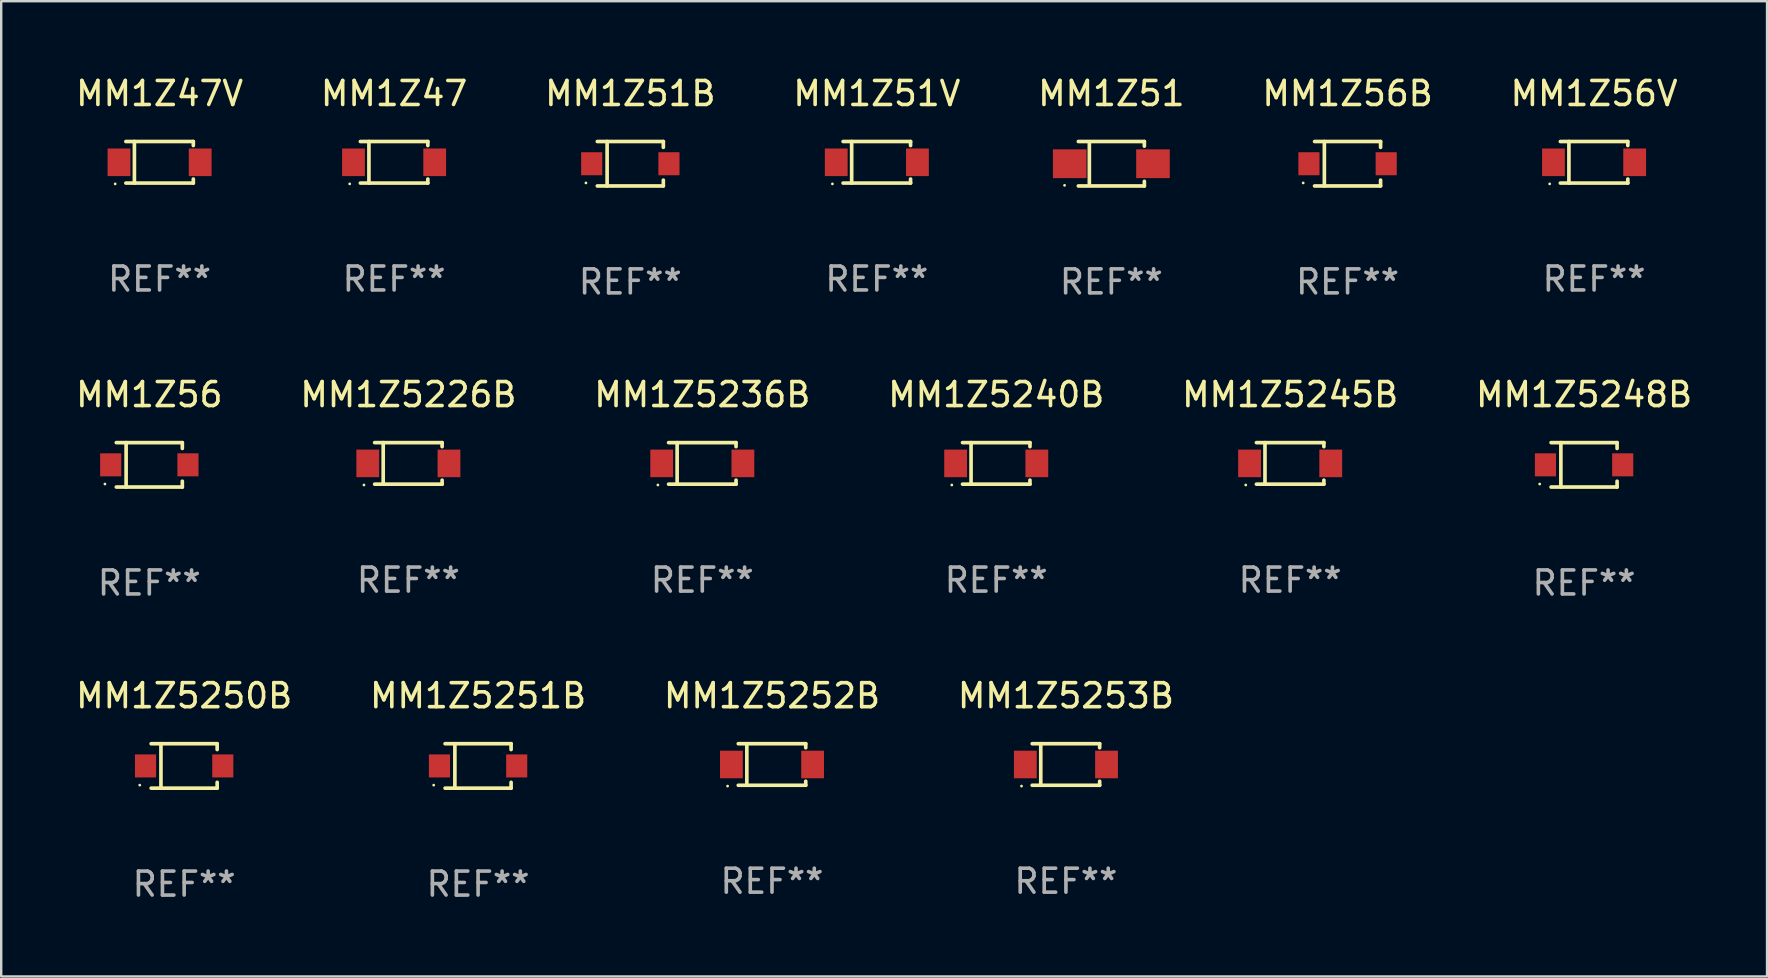
<source format=kicad_pcb>
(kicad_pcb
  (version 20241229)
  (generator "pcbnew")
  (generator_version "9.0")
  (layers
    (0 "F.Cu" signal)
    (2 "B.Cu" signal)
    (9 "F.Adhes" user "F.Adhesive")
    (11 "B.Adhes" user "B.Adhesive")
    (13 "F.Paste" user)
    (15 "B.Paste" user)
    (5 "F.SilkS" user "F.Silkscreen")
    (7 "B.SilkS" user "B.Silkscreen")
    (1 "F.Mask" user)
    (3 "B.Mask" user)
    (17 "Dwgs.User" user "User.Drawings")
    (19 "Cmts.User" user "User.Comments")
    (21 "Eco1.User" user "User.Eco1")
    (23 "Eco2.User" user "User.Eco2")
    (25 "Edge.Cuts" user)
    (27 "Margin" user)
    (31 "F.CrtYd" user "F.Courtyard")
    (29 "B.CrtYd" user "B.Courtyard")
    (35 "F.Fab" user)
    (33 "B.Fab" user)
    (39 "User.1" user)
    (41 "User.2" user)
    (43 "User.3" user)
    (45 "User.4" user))
  (footprint "MM1Z5248B"
    (layer "F.Cu")
    (at 62.97 16.323)
    (property "Reference" "MM1Z5248B" (at 0 -2.926 0) (layer "F.SilkS") (effects (font (size 1 1) (thickness 0.15))))
    (attr through_hole)
    (fp_line (start -1.376 -0.926) (end 1.376 -0.926) (stroke (width 0.152) (type solid)) (layer "F.SilkS"))
    (fp_line (start -1.376 0.926) (end 1.376 0.926) (stroke (width 0.152) (type solid)) (layer "F.SilkS"))
    (fp_line (start -0.967 -0.926) (end -0.967 0.926) (stroke (width 0.152) (type solid)) (layer "F.SilkS"))
    (fp_line (start 1.376 -0.926) (end 1.376 -0.683) (stroke (width 0.152) (type solid)) (layer "F.SilkS"))
    (fp_line (start 1.376 0.926) (end 1.376 0.683) (stroke (width 0.152) (type solid)) (layer "F.SilkS"))
    (fp_circle (center -1.85 0.8) (end -1.82 0.8) (stroke (width 0.06) (type solid)) (fill no) (layer "F.SilkS"))
    (fp_text user "REF**" (at 0 4.926 0) (layer "F.Fab") (effects (font (size 1 1) (thickness 0.15))))
    (pad "1" smd rect (at -1.61 0) (size 0.88 0.96) (layers "F.Cu" "F.Mask" "F.Paste"))
    (pad "2" smd rect (at 1.61 0) (size 0.88 0.96) (layers "F.Cu" "F.Mask" "F.Paste")))
  (footprint "MM1Z5240B"
    (layer "F.Cu")
    (at 38.47 16.263)
    (property "Reference" "MM1Z5240B" (at 0 -2.866 0) (layer "F.SilkS") (effects (font (size 1 1) (thickness 0.15))))
    (attr through_hole)
    (fp_line (start -1.406 -0.866) (end 1.406 -0.866) (stroke (width 0.152) (type solid)) (layer "F.SilkS"))
    (fp_line (start -1.406 0.866) (end 1.406 0.866) (stroke (width 0.152) (type solid)) (layer "F.SilkS"))
    (fp_line (start -1.049 -0.866) (end -1.049 0.866) (stroke (width 0.152) (type solid)) (layer "F.SilkS"))
    (fp_line (start 1.406 -0.866) (end 1.406 -0.698) (stroke (width 0.152) (type solid)) (layer "F.SilkS"))
    (fp_line (start 1.406 0.866) (end 1.406 0.698) (stroke (width 0.152) (type solid)) (layer "F.SilkS"))
    (fp_circle (center -1.851 0.9) (end -1.821 0.9) (stroke (width 0.06) (type solid)) (fill no) (layer "F.SilkS"))
    (fp_text user "REF**" (at 0 4.866 0) (layer "F.Fab") (effects (font (size 1 1) (thickness 0.15))))
    (pad "1" smd rect (at -1.692 0) (size 0.95 1.15) (layers "F.Cu" "F.Mask" "F.Paste"))
    (pad "2" smd rect (at 1.692 0) (size 0.95 1.15) (layers "F.Cu" "F.Mask" "F.Paste")))
  (footprint "MM1Z51V"
    (layer "F.Cu")
    (at 33.494 3.714)
    (property "Reference" "MM1Z51V" (at 0 -2.866 0) (layer "F.SilkS") (effects (font (size 1 1) (thickness 0.15))))
    (attr through_hole)
    (fp_line (start -1.406 -0.866) (end 1.406 -0.866) (stroke (width 0.152) (type solid)) (layer "F.SilkS"))
    (fp_line (start -1.406 0.866) (end 1.406 0.866) (stroke (width 0.152) (type solid)) (layer "F.SilkS"))
    (fp_line (start -1.049 -0.866) (end -1.049 0.866) (stroke (width 0.152) (type solid)) (layer "F.SilkS"))
    (fp_line (start 1.406 -0.866) (end 1.406 -0.698) (stroke (width 0.152) (type solid)) (layer "F.SilkS"))
    (fp_line (start 1.406 0.866) (end 1.406 0.698) (stroke (width 0.152) (type solid)) (layer "F.SilkS"))
    (fp_circle (center -1.851 0.9) (end -1.821 0.9) (stroke (width 0.06) (type solid)) (fill no) (layer "F.SilkS"))
    (fp_text user "REF**" (at 0 4.866 0) (layer "F.Fab") (effects (font (size 1 1) (thickness 0.15))))
    (pad "1" smd rect (at -1.692 0) (size 0.95 1.15) (layers "F.Cu" "F.Mask" "F.Paste"))
    (pad "2" smd rect (at 1.692 0) (size 0.95 1.15) (layers "F.Cu" "F.Mask" "F.Paste")))
  (footprint "MM1Z5226B"
    (layer "F.Cu")
    (at 13.97 16.263)
    (property "Reference" "MM1Z5226B" (at 0 -2.866 0) (layer "F.SilkS") (effects (font (size 1 1) (thickness 0.15))))
    (attr through_hole)
    (fp_line (start -1.406 -0.866) (end 1.406 -0.866) (stroke (width 0.152) (type solid)) (layer "F.SilkS"))
    (fp_line (start -1.406 0.866) (end 1.406 0.866) (stroke (width 0.152) (type solid)) (layer "F.SilkS"))
    (fp_line (start -1.049 -0.866) (end -1.049 0.866) (stroke (width 0.152) (type solid)) (layer "F.SilkS"))
    (fp_line (start 1.406 -0.866) (end 1.406 -0.698) (stroke (width 0.152) (type solid)) (layer "F.SilkS"))
    (fp_line (start 1.406 0.866) (end 1.406 0.698) (stroke (width 0.152) (type solid)) (layer "F.SilkS"))
    (fp_circle (center -1.851 0.9) (end -1.821 0.9) (stroke (width 0.06) (type solid)) (fill no) (layer "F.SilkS"))
    (fp_text user "REF**" (at 0 4.866 0) (layer "F.Fab") (effects (font (size 1 1) (thickness 0.15))))
    (pad "1" smd rect (at -1.692 0) (size 0.95 1.15) (layers "F.Cu" "F.Mask" "F.Paste"))
    (pad "2" smd rect (at 1.692 0) (size 0.95 1.15) (layers "F.Cu" "F.Mask" "F.Paste")))
  (footprint "MM1Z47"
    (layer "F.Cu")
    (at 13.375 3.714)
    (property "Reference" "MM1Z47" (at 0 -2.866 0) (layer "F.SilkS") (effects (font (size 1 1) (thickness 0.15))))
    (attr through_hole)
    (fp_line (start -1.406 -0.866) (end 1.406 -0.866) (stroke (width 0.152) (type solid)) (layer "F.SilkS"))
    (fp_line (start -1.406 0.866) (end 1.406 0.866) (stroke (width 0.152) (type solid)) (layer "F.SilkS"))
    (fp_line (start -1.049 -0.866) (end -1.049 0.866) (stroke (width 0.152) (type solid)) (layer "F.SilkS"))
    (fp_line (start 1.406 -0.866) (end 1.406 -0.698) (stroke (width 0.152) (type solid)) (layer "F.SilkS"))
    (fp_line (start 1.406 0.866) (end 1.406 0.698) (stroke (width 0.152) (type solid)) (layer "F.SilkS"))
    (fp_circle (center -1.851 0.9) (end -1.821 0.9) (stroke (width 0.06) (type solid)) (fill no) (layer "F.SilkS"))
    (fp_text user "REF**" (at 0 4.866 0) (layer "F.Fab") (effects (font (size 1 1) (thickness 0.15))))
    (pad "1" smd rect (at -1.692 0) (size 0.95 1.15) (layers "F.Cu" "F.Mask" "F.Paste"))
    (pad "2" smd rect (at 1.692 0) (size 0.95 1.15) (layers "F.Cu" "F.Mask" "F.Paste")))
  (footprint "MM1Z5253B"
    (layer "F.Cu")
    (at 41.375 28.812)
    (property "Reference" "MM1Z5253B" (at 0 -2.866 0) (layer "F.SilkS") (effects (font (size 1 1) (thickness 0.15))))
    (attr through_hole)
    (fp_line (start -1.406 -0.866) (end 1.406 -0.866) (stroke (width 0.152) (type solid)) (layer "F.SilkS"))
    (fp_line (start -1.406 0.866) (end 1.406 0.866) (stroke (width 0.152) (type solid)) (layer "F.SilkS"))
    (fp_line (start -1.049 -0.866) (end -1.049 0.866) (stroke (width 0.152) (type solid)) (layer "F.SilkS"))
    (fp_line (start 1.406 -0.866) (end 1.406 -0.698) (stroke (width 0.152) (type solid)) (layer "F.SilkS"))
    (fp_line (start 1.406 0.866) (end 1.406 0.698) (stroke (width 0.152) (type solid)) (layer "F.SilkS"))
    (fp_circle (center -1.851 0.9) (end -1.821 0.9) (stroke (width 0.06) (type solid)) (fill no) (layer "F.SilkS"))
    (fp_text user "REF**" (at 0 4.866 0) (layer "F.Fab") (effects (font (size 1 1) (thickness 0.15))))
    (pad "1" smd rect (at -1.692 0) (size 0.95 1.15) (layers "F.Cu" "F.Mask" "F.Paste"))
    (pad "2" smd rect (at 1.692 0) (size 0.95 1.15) (layers "F.Cu" "F.Mask" "F.Paste")))
  (footprint "MM1Z51"
    (layer "F.Cu")
    (at 43.268 3.774)
    (property "Reference" "MM1Z51" (at 0 -2.926 0) (layer "F.SilkS") (effects (font (size 1 1) (thickness 0.15))))
    (attr through_hole)
    (fp_line (start -1.376 -0.926) (end 1.376 -0.926) (stroke (width 0.152) (type solid)) (layer "F.SilkS"))
    (fp_line (start -1.376 0.926) (end 1.376 0.926) (stroke (width 0.152) (type solid)) (layer "F.SilkS"))
    (fp_line (start -0.917 -0.876) (end -0.917 0.876) (stroke (width 0.152) (type solid)) (layer "F.SilkS"))
    (fp_line (start 1.376 -0.926) (end 1.376 -0.733) (stroke (width 0.152) (type solid)) (layer "F.SilkS"))
    (fp_line (start 1.376 0.926) (end 1.376 0.733) (stroke (width 0.152) (type solid)) (layer "F.SilkS"))
    (fp_circle (center -1.95 0.9) (end -1.92 0.9) (stroke (width 0.06) (type solid)) (fill no) (layer "F.SilkS"))
    (fp_text user "REF**" (at 0 4.926 0) (layer "F.Fab") (effects (font (size 1 1) (thickness 0.15))))
    (pad "1" smd rect (at -1.735 0) (size 1.4 1.2) (layers "F.Cu" "F.Mask" "F.Paste"))
    (pad "2" smd rect (at 1.735 0) (size 1.4 1.2) (layers "F.Cu" "F.Mask" "F.Paste")))
  (footprint "MM1Z5250B"
    (layer "F.Cu")
    (at 4.625 28.872)
    (property "Reference" "MM1Z5250B" (at 0 -2.926 0) (layer "F.SilkS") (effects (font (size 1 1) (thickness 0.15))))
    (attr through_hole)
    (fp_line (start -1.376 -0.926) (end 1.376 -0.926) (stroke (width 0.152) (type solid)) (layer "F.SilkS"))
    (fp_line (start -1.376 0.926) (end 1.376 0.926) (stroke (width 0.152) (type solid)) (layer "F.SilkS"))
    (fp_line (start -0.967 -0.926) (end -0.967 0.926) (stroke (width 0.152) (type solid)) (layer "F.SilkS"))
    (fp_line (start 1.376 -0.926) (end 1.376 -0.683) (stroke (width 0.152) (type solid)) (layer "F.SilkS"))
    (fp_line (start 1.376 0.926) (end 1.376 0.683) (stroke (width 0.152) (type solid)) (layer "F.SilkS"))
    (fp_circle (center -1.85 0.8) (end -1.82 0.8) (stroke (width 0.06) (type solid)) (fill no) (layer "F.SilkS"))
    (fp_text user "REF**" (at 0 4.926 0) (layer "F.Fab") (effects (font (size 1 1) (thickness 0.15))))
    (pad "1" smd rect (at -1.61 0) (size 0.88 0.96) (layers "F.Cu" "F.Mask" "F.Paste"))
    (pad "2" smd rect (at 1.61 0) (size 0.88 0.96) (layers "F.Cu" "F.Mask" "F.Paste")))
  (footprint "MM1Z47V"
    (layer "F.Cu")
    (at 3.601 3.714)
    (property "Reference" "MM1Z47V" (at 0 -2.866 0) (layer "F.SilkS") (effects (font (size 1 1) (thickness 0.15))))
    (attr through_hole)
    (fp_line (start -1.406 -0.866) (end 1.406 -0.866) (stroke (width 0.152) (type solid)) (layer "F.SilkS"))
    (fp_line (start -1.406 0.866) (end 1.406 0.866) (stroke (width 0.152) (type solid)) (layer "F.SilkS"))
    (fp_line (start -1.049 -0.866) (end -1.049 0.866) (stroke (width 0.152) (type solid)) (layer "F.SilkS"))
    (fp_line (start 1.406 -0.866) (end 1.406 -0.698) (stroke (width 0.152) (type solid)) (layer "F.SilkS"))
    (fp_line (start 1.406 0.866) (end 1.406 0.698) (stroke (width 0.152) (type solid)) (layer "F.SilkS"))
    (fp_circle (center -1.851 0.9) (end -1.821 0.9) (stroke (width 0.06) (type solid)) (fill no) (layer "F.SilkS"))
    (fp_text user "REF**" (at 0 4.866 0) (layer "F.Fab") (effects (font (size 1 1) (thickness 0.15))))
    (pad "1" smd rect (at -1.692 0) (size 0.95 1.15) (layers "F.Cu" "F.Mask" "F.Paste"))
    (pad "2" smd rect (at 1.692 0) (size 0.95 1.15) (layers "F.Cu" "F.Mask" "F.Paste")))
  (footprint "MM1Z51B"
    (layer "F.Cu")
    (at 23.22 3.774)
    (property "Reference" "MM1Z51B" (at 0 -2.926 0) (layer "F.SilkS") (effects (font (size 1 1) (thickness 0.15))))
    (attr through_hole)
    (fp_line (start -1.376 -0.926) (end 1.376 -0.926) (stroke (width 0.152) (type solid)) (layer "F.SilkS"))
    (fp_line (start -1.376 0.926) (end 1.376 0.926) (stroke (width 0.152) (type solid)) (layer "F.SilkS"))
    (fp_line (start -0.967 -0.926) (end -0.967 0.926) (stroke (width 0.152) (type solid)) (layer "F.SilkS"))
    (fp_line (start 1.376 -0.926) (end 1.376 -0.683) (stroke (width 0.152) (type solid)) (layer "F.SilkS"))
    (fp_line (start 1.376 0.926) (end 1.376 0.683) (stroke (width 0.152) (type solid)) (layer "F.SilkS"))
    (fp_circle (center -1.85 0.8) (end -1.82 0.8) (stroke (width 0.06) (type solid)) (fill no) (layer "F.SilkS"))
    (fp_text user "REF**" (at 0 4.926 0) (layer "F.Fab") (effects (font (size 1 1) (thickness 0.15))))
    (pad "1" smd rect (at -1.61 0) (size 0.88 0.96) (layers "F.Cu" "F.Mask" "F.Paste"))
    (pad "2" smd rect (at 1.61 0) (size 0.88 0.96) (layers "F.Cu" "F.Mask" "F.Paste")))
  (footprint "MM1Z56"
    (layer "F.Cu")
    (at 3.173 16.323)
    (property "Reference" "MM1Z56" (at 0 -2.926 0) (layer "F.SilkS") (effects (font (size 1 1) (thickness 0.15))))
    (attr through_hole)
    (fp_line (start -1.376 -0.926) (end 1.376 -0.926) (stroke (width 0.152) (type solid)) (layer "F.SilkS"))
    (fp_line (start -1.376 0.926) (end 1.376 0.926) (stroke (width 0.152) (type solid)) (layer "F.SilkS"))
    (fp_line (start -0.967 -0.926) (end -0.967 0.926) (stroke (width 0.152) (type solid)) (layer "F.SilkS"))
    (fp_line (start 1.376 -0.926) (end 1.376 -0.683) (stroke (width 0.152) (type solid)) (layer "F.SilkS"))
    (fp_line (start 1.376 0.926) (end 1.376 0.683) (stroke (width 0.152) (type solid)) (layer "F.SilkS"))
    (fp_circle (center -1.85 0.8) (end -1.82 0.8) (stroke (width 0.06) (type solid)) (fill no) (layer "F.SilkS"))
    (fp_text user "REF**" (at 0 4.926 0) (layer "F.Fab") (effects (font (size 1 1) (thickness 0.15))))
    (pad "1" smd rect (at -1.61 0) (size 0.88 0.96) (layers "F.Cu" "F.Mask" "F.Paste"))
    (pad "2" smd rect (at 1.61 0) (size 0.88 0.96) (layers "F.Cu" "F.Mask" "F.Paste")))
  (footprint "MM1Z5252B"
    (layer "F.Cu")
    (at 29.125 28.812)
    (property "Reference" "MM1Z5252B" (at 0 -2.866 0) (layer "F.SilkS") (effects (font (size 1 1) (thickness 0.15))))
    (attr through_hole)
    (fp_line (start -1.406 -0.866) (end 1.406 -0.866) (stroke (width 0.152) (type solid)) (layer "F.SilkS"))
    (fp_line (start -1.406 0.866) (end 1.406 0.866) (stroke (width 0.152) (type solid)) (layer "F.SilkS"))
    (fp_line (start -1.049 -0.866) (end -1.049 0.866) (stroke (width 0.152) (type solid)) (layer "F.SilkS"))
    (fp_line (start 1.406 -0.866) (end 1.406 -0.698) (stroke (width 0.152) (type solid)) (layer "F.SilkS"))
    (fp_line (start 1.406 0.866) (end 1.406 0.698) (stroke (width 0.152) (type solid)) (layer "F.SilkS"))
    (fp_circle (center -1.851 0.9) (end -1.821 0.9) (stroke (width 0.06) (type solid)) (fill no) (layer "F.SilkS"))
    (fp_text user "REF**" (at 0 4.866 0) (layer "F.Fab") (effects (font (size 1 1) (thickness 0.15))))
    (pad "1" smd rect (at -1.692 0) (size 0.95 1.15) (layers "F.Cu" "F.Mask" "F.Paste"))
    (pad "2" smd rect (at 1.692 0) (size 0.95 1.15) (layers "F.Cu" "F.Mask" "F.Paste")))
  (footprint "MM1Z5251B"
    (layer "F.Cu")
    (at 16.875 28.872)
    (property "Reference" "MM1Z5251B" (at 0 -2.926 0) (layer "F.SilkS") (effects (font (size 1 1) (thickness 0.15))))
    (attr through_hole)
    (fp_line (start -1.376 -0.926) (end 1.376 -0.926) (stroke (width 0.152) (type solid)) (layer "F.SilkS"))
    (fp_line (start -1.376 0.926) (end 1.376 0.926) (stroke (width 0.152) (type solid)) (layer "F.SilkS"))
    (fp_line (start -0.967 -0.926) (end -0.967 0.926) (stroke (width 0.152) (type solid)) (layer "F.SilkS"))
    (fp_line (start 1.376 -0.926) (end 1.376 -0.683) (stroke (width 0.152) (type solid)) (layer "F.SilkS"))
    (fp_line (start 1.376 0.926) (end 1.376 0.683) (stroke (width 0.152) (type solid)) (layer "F.SilkS"))
    (fp_circle (center -1.85 0.8) (end -1.82 0.8) (stroke (width 0.06) (type solid)) (fill no) (layer "F.SilkS"))
    (fp_text user "REF**" (at 0 4.926 0) (layer "F.Fab") (effects (font (size 1 1) (thickness 0.15))))
    (pad "1" smd rect (at -1.61 0) (size 0.88 0.96) (layers "F.Cu" "F.Mask" "F.Paste"))
    (pad "2" smd rect (at 1.61 0) (size 0.88 0.96) (layers "F.Cu" "F.Mask" "F.Paste")))
  (footprint "MM1Z5236B"
    (layer "F.Cu")
    (at 26.22 16.263)
    (property "Reference" "MM1Z5236B" (at 0 -2.866 0) (layer "F.SilkS") (effects (font (size 1 1) (thickness 0.15))))
    (attr through_hole)
    (fp_line (start -1.406 -0.866) (end 1.406 -0.866) (stroke (width 0.152) (type solid)) (layer "F.SilkS"))
    (fp_line (start -1.406 0.866) (end 1.406 0.866) (stroke (width 0.152) (type solid)) (layer "F.SilkS"))
    (fp_line (start -1.049 -0.866) (end -1.049 0.866) (stroke (width 0.152) (type solid)) (layer "F.SilkS"))
    (fp_line (start 1.406 -0.866) (end 1.406 -0.698) (stroke (width 0.152) (type solid)) (layer "F.SilkS"))
    (fp_line (start 1.406 0.866) (end 1.406 0.698) (stroke (width 0.152) (type solid)) (layer "F.SilkS"))
    (fp_circle (center -1.851 0.9) (end -1.821 0.9) (stroke (width 0.06) (type solid)) (fill no) (layer "F.SilkS"))
    (fp_text user "REF**" (at 0 4.866 0) (layer "F.Fab") (effects (font (size 1 1) (thickness 0.15))))
    (pad "1" smd rect (at -1.692 0) (size 0.95 1.15) (layers "F.Cu" "F.Mask" "F.Paste"))
    (pad "2" smd rect (at 1.692 0) (size 0.95 1.15) (layers "F.Cu" "F.Mask" "F.Paste")))
  (footprint "MM1Z56B"
    (layer "F.Cu")
    (at 53.113 3.774)
    (property "Reference" "MM1Z56B" (at 0 -2.926 0) (layer "F.SilkS") (effects (font (size 1 1) (thickness 0.15))))
    (attr through_hole)
    (fp_line (start -1.376 -0.926) (end 1.376 -0.926) (stroke (width 0.152) (type solid)) (layer "F.SilkS"))
    (fp_line (start -1.376 0.926) (end 1.376 0.926) (stroke (width 0.152) (type solid)) (layer "F.SilkS"))
    (fp_line (start -0.967 -0.926) (end -0.967 0.926) (stroke (width 0.152) (type solid)) (layer "F.SilkS"))
    (fp_line (start 1.376 -0.926) (end 1.376 -0.683) (stroke (width 0.152) (type solid)) (layer "F.SilkS"))
    (fp_line (start 1.376 0.926) (end 1.376 0.683) (stroke (width 0.152) (type solid)) (layer "F.SilkS"))
    (fp_circle (center -1.85 0.8) (end -1.82 0.8) (stroke (width 0.06) (type solid)) (fill no) (layer "F.SilkS"))
    (fp_text user "REF**" (at 0 4.926 0) (layer "F.Fab") (effects (font (size 1 1) (thickness 0.15))))
    (pad "1" smd rect (at -1.61 0) (size 0.88 0.96) (layers "F.Cu" "F.Mask" "F.Paste"))
    (pad "2" smd rect (at 1.61 0) (size 0.88 0.96) (layers "F.Cu" "F.Mask" "F.Paste")))
  (footprint "MM1Z56V"
    (layer "F.Cu")
    (at 63.387 3.714)
    (property "Reference" "MM1Z56V" (at 0 -2.866 0) (layer "F.SilkS") (effects (font (size 1 1) (thickness 0.15))))
    (attr through_hole)
    (fp_line (start -1.406 -0.866) (end 1.406 -0.866) (stroke (width 0.152) (type solid)) (layer "F.SilkS"))
    (fp_line (start -1.406 0.866) (end 1.406 0.866) (stroke (width 0.152) (type solid)) (layer "F.SilkS"))
    (fp_line (start -1.049 -0.866) (end -1.049 0.866) (stroke (width 0.152) (type solid)) (layer "F.SilkS"))
    (fp_line (start 1.406 -0.866) (end 1.406 -0.698) (stroke (width 0.152) (type solid)) (layer "F.SilkS"))
    (fp_line (start 1.406 0.866) (end 1.406 0.698) (stroke (width 0.152) (type solid)) (layer "F.SilkS"))
    (fp_circle (center -1.851 0.9) (end -1.821 0.9) (stroke (width 0.06) (type solid)) (fill no) (layer "F.SilkS"))
    (fp_text user "REF**" (at 0 4.866 0) (layer "F.Fab") (effects (font (size 1 1) (thickness 0.15))))
    (pad "1" smd rect (at -1.692 0) (size 0.95 1.15) (layers "F.Cu" "F.Mask" "F.Paste"))
    (pad "2" smd rect (at 1.692 0) (size 0.95 1.15) (layers "F.Cu" "F.Mask" "F.Paste")))
  (footprint "MM1Z5245B"
    (layer "F.Cu")
    (at 50.72 16.263)
    (property "Reference" "MM1Z5245B" (at 0 -2.866 0) (layer "F.SilkS") (effects (font (size 1 1) (thickness 0.15))))
    (attr through_hole)
    (fp_line (start -1.406 -0.866) (end 1.406 -0.866) (stroke (width 0.152) (type solid)) (layer "F.SilkS"))
    (fp_line (start -1.406 0.866) (end 1.406 0.866) (stroke (width 0.152) (type solid)) (layer "F.SilkS"))
    (fp_line (start -1.049 -0.866) (end -1.049 0.866) (stroke (width 0.152) (type solid)) (layer "F.SilkS"))
    (fp_line (start 1.406 -0.866) (end 1.406 -0.698) (stroke (width 0.152) (type solid)) (layer "F.SilkS"))
    (fp_line (start 1.406 0.866) (end 1.406 0.698) (stroke (width 0.152) (type solid)) (layer "F.SilkS"))
    (fp_circle (center -1.851 0.9) (end -1.821 0.9) (stroke (width 0.06) (type solid)) (fill no) (layer "F.SilkS"))
    (fp_text user "REF**" (at 0 4.866 0) (layer "F.Fab") (effects (font (size 1 1) (thickness 0.15))))
    (pad "1" smd rect (at -1.692 0) (size 0.95 1.15) (layers "F.Cu" "F.Mask" "F.Paste"))
    (pad "2" smd rect (at 1.692 0) (size 0.95 1.15) (layers "F.Cu" "F.Mask" "F.Paste")))
  (gr_rect
    (start -3 -3)
    (end 70.595 37.647)
    (stroke (width 0.1) (type default))
    (fill no)
    (layer "Edge.Cuts")))
</source>
